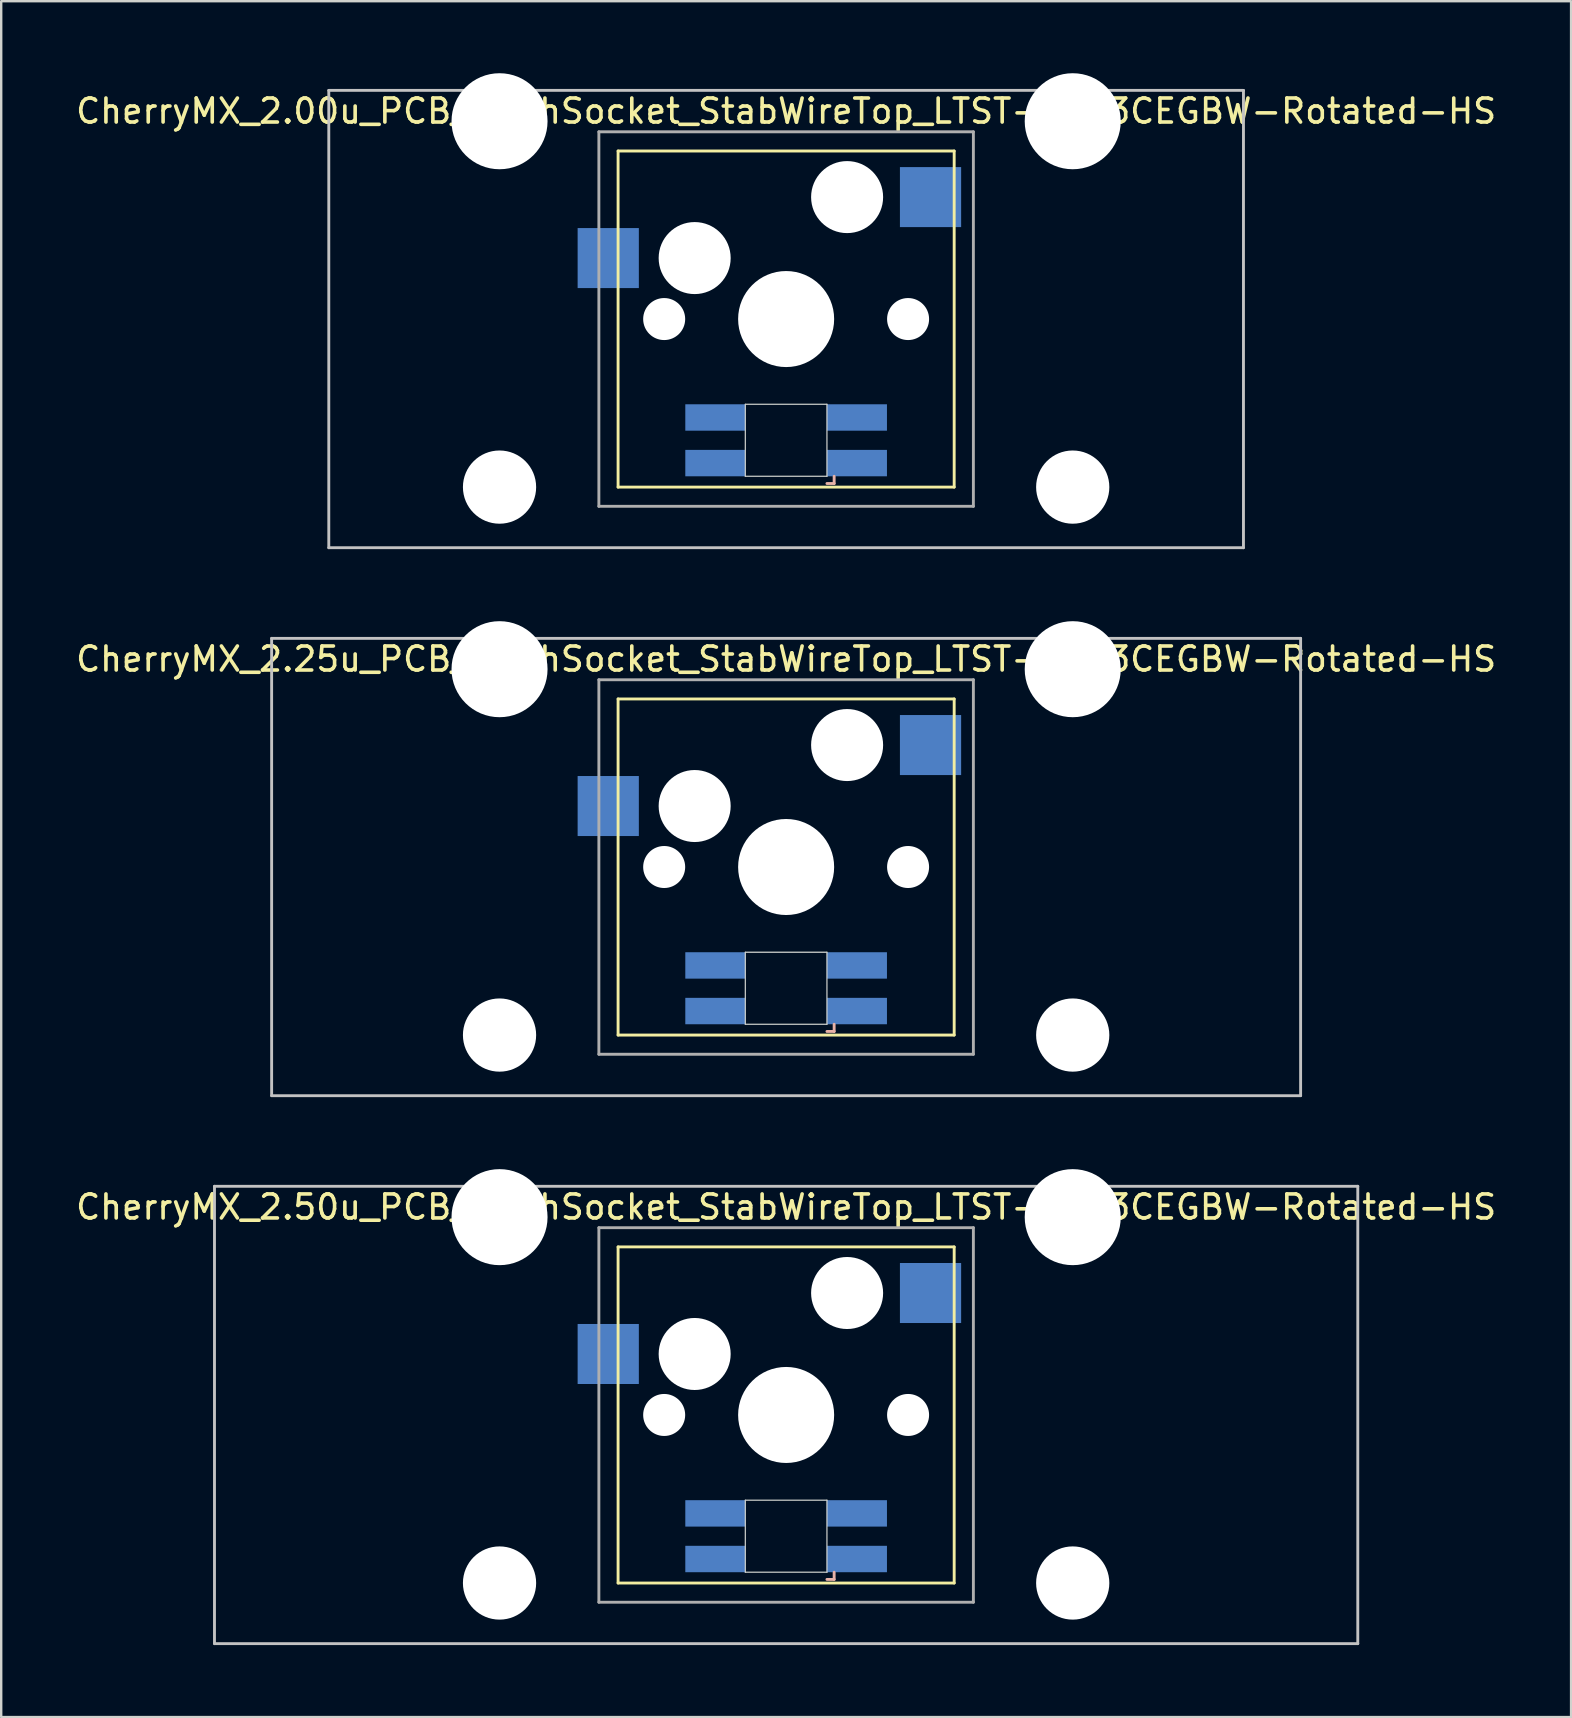
<source format=kicad_pcb>
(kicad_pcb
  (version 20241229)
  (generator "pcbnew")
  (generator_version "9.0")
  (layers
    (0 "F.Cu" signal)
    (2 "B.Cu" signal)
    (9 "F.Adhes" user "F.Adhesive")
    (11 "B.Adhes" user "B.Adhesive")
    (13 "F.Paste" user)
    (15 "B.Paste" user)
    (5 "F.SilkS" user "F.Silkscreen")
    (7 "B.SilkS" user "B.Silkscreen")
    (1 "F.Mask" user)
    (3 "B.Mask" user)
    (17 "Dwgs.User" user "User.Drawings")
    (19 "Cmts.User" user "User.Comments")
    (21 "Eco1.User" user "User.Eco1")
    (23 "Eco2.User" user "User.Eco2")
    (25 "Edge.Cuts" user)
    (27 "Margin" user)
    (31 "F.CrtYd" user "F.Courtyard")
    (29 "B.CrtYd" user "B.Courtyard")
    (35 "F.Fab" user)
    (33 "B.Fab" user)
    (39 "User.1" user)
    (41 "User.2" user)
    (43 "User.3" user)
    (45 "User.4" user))
  (footprint "CherryMX_2.25u_PCB_KailhSocket_StabWireTop_LTST-A683CEGBW-Rotated-HS"
    (layer "F.Cu")
    (at 29.696 33.065)
    (property "Reference" "CherryMX_2.25u_PCB_KailhSocket_StabWireTop_LTST-A683CEGBW-Rotated-HS" (at 0 -8.662 0) (layer "F.SilkS") (effects (font (size 1 1) (thickness 0.15))))
    (attr through_hole)
    (fp_line (start -7 -7) (end -7 7) (stroke (width 0.12) (type solid)) (layer "F.SilkS"))
    (fp_line (start -7 -7) (end 7 -7) (stroke (width 0.12) (type solid)) (layer "F.SilkS"))
    (fp_line (start 7 -7) (end 7 7) (stroke (width 0.12) (type solid)) (layer "F.SilkS"))
    (fp_line (start 7 7) (end -7 7) (stroke (width 0.12) (type solid)) (layer "F.SilkS"))
    (fp_line (start 1.7 6.85) (end 2 6.85) (stroke (width 0.12) (type solid)) (layer "B.SilkS"))
    (fp_line (start 2 6.85) (end 2 6.55) (stroke (width 0.12) (type solid)) (layer "B.SilkS"))
    (fp_line (start -21.431 -9.525) (end 21.431 -9.525) (stroke (width 0.12) (type solid)) (layer "Dwgs.User"))
    (fp_line (start -21.431 9.525) (end -21.431 -9.525) (stroke (width 0.12) (type solid)) (layer "Dwgs.User"))
    (fp_line (start 21.431 -9.525) (end 21.431 9.525) (stroke (width 0.12) (type solid)) (layer "Dwgs.User"))
    (fp_line (start 21.431 9.525) (end -21.431 9.525) (stroke (width 0.12) (type solid)) (layer "Dwgs.User"))
    (fp_line (start -1.7 3.55) (end 1.7 3.55) (stroke (width 0.05) (type solid)) (layer "Edge.Cuts"))
    (fp_line (start -1.7 6.55) (end -1.7 3.55) (stroke (width 0.05) (type solid)) (layer "Edge.Cuts"))
    (fp_line (start 1.7 3.55) (end 1.7 6.55) (stroke (width 0.05) (type solid)) (layer "Edge.Cuts"))
    (fp_line (start 1.7 6.55) (end -1.7 6.55) (stroke (width 0.05) (type solid)) (layer "Edge.Cuts"))
    (fp_line (start -7.8 -7.8) (end -7.8 7.8) (stroke (width 0.12) (type solid)) (layer "F.Fab"))
    (fp_line (start -7.8 -7.8) (end 7.8 -7.8) (stroke (width 0.12) (type solid)) (layer "F.Fab"))
    (fp_line (start -7.8 7.8) (end 7.8 7.8) (stroke (width 0.12) (type solid)) (layer "F.Fab"))
    (fp_line (start 7.8 -7.8) (end 7.8 7.8) (stroke (width 0.12) (type solid)) (layer "F.Fab"))
    (pad "" np_thru_hole circle (at -11.938 -8.24) (size 4 4) (drill 4) (layers "*.Cu" "*.Mask"))
    (pad "" np_thru_hole circle (at -11.938 7) (size 3.05 3.05) (drill 3.05) (layers "*.Cu" "*.Mask"))
    (pad "" np_thru_hole circle (at -5.08 0) (size 1.75 1.75) (drill 1.75) (layers "*.Cu" "*.Mask"))
    (pad "" np_thru_hole circle (at -3.81 -2.54) (size 3 3) (drill 3) (layers "*.Cu" "*.Mask"))
    (pad "" np_thru_hole circle (at 0 0) (size 4 4) (drill 4) (layers "*.Cu" "*.Mask"))
    (pad "" np_thru_hole circle (at 2.54 -5.08) (size 3 3) (drill 3) (layers "*.Cu" "*.Mask"))
    (pad "" np_thru_hole circle (at 5.08 0) (size 1.75 1.75) (drill 1.75) (layers "*.Cu" "*.Mask"))
    (pad "" np_thru_hole circle (at 11.938 -8.24) (size 4 4) (drill 4) (layers "*.Cu" "*.Mask"))
    (pad "" np_thru_hole circle (at 11.938 7) (size 3.05 3.05) (drill 3.05) (layers "*.Cu" "*.Mask"))
    (pad "1" smd rect (at -7.41 -2.54) (size 2.55 2.5) (layers "B.Cu" "B.Mask" "B.Paste"))
    (pad "2" smd rect (at 6.015 -5.08) (size 2.55 2.5) (layers "B.Cu" "B.Mask" "B.Paste"))
    (pad "3" smd rect (at 2.95 6) (size 2.5 1.1) (layers "B.Cu" "B.Mask" "B.Paste"))
    (pad "4" smd rect (at 2.95 4.1) (size 2.5 1.1) (layers "B.Cu" "B.Mask" "B.Paste"))
    (pad "5" smd rect (at -2.95 6) (size 2.5 1.1) (layers "B.Cu" "B.Mask" "B.Paste"))
    (pad "6" smd rect (at -2.95 4.1) (size 2.5 1.1) (layers "B.Cu" "B.Mask" "B.Paste")))
  (footprint "CherryMX_2.00u_PCB_KailhSocket_StabWireTop_LTST-A683CEGBW-Rotated-HS"
    (layer "F.Cu")
    (at 29.696 10.24)
    (property "Reference" "CherryMX_2.00u_PCB_KailhSocket_StabWireTop_LTST-A683CEGBW-Rotated-HS" (at 0 -8.662 0) (layer "F.SilkS") (effects (font (size 1 1) (thickness 0.15))))
    (attr through_hole)
    (fp_line (start -7 -7) (end -7 7) (stroke (width 0.12) (type solid)) (layer "F.SilkS"))
    (fp_line (start -7 -7) (end 7 -7) (stroke (width 0.12) (type solid)) (layer "F.SilkS"))
    (fp_line (start 7 -7) (end 7 7) (stroke (width 0.12) (type solid)) (layer "F.SilkS"))
    (fp_line (start 7 7) (end -7 7) (stroke (width 0.12) (type solid)) (layer "F.SilkS"))
    (fp_line (start 1.7 6.85) (end 2 6.85) (stroke (width 0.12) (type solid)) (layer "B.SilkS"))
    (fp_line (start 2 6.85) (end 2 6.55) (stroke (width 0.12) (type solid)) (layer "B.SilkS"))
    (fp_line (start -19.05 -9.525) (end 19.05 -9.525) (stroke (width 0.12) (type solid)) (layer "Dwgs.User"))
    (fp_line (start -19.05 9.525) (end -19.05 -9.525) (stroke (width 0.12) (type solid)) (layer "Dwgs.User"))
    (fp_line (start 19.05 -9.525) (end 19.05 9.525) (stroke (width 0.12) (type solid)) (layer "Dwgs.User"))
    (fp_line (start 19.05 9.525) (end -19.05 9.525) (stroke (width 0.12) (type solid)) (layer "Dwgs.User"))
    (fp_line (start -1.7 3.55) (end 1.7 3.55) (stroke (width 0.05) (type solid)) (layer "Edge.Cuts"))
    (fp_line (start -1.7 6.55) (end -1.7 3.55) (stroke (width 0.05) (type solid)) (layer "Edge.Cuts"))
    (fp_line (start 1.7 3.55) (end 1.7 6.55) (stroke (width 0.05) (type solid)) (layer "Edge.Cuts"))
    (fp_line (start 1.7 6.55) (end -1.7 6.55) (stroke (width 0.05) (type solid)) (layer "Edge.Cuts"))
    (fp_line (start -7.8 -7.8) (end -7.8 7.8) (stroke (width 0.12) (type solid)) (layer "F.Fab"))
    (fp_line (start -7.8 -7.8) (end 7.8 -7.8) (stroke (width 0.12) (type solid)) (layer "F.Fab"))
    (fp_line (start -7.8 7.8) (end 7.8 7.8) (stroke (width 0.12) (type solid)) (layer "F.Fab"))
    (fp_line (start 7.8 -7.8) (end 7.8 7.8) (stroke (width 0.12) (type solid)) (layer "F.Fab"))
    (pad "" np_thru_hole circle (at -11.938 -8.24) (size 4 4) (drill 4) (layers "*.Cu" "*.Mask"))
    (pad "" np_thru_hole circle (at -11.938 7) (size 3.05 3.05) (drill 3.05) (layers "*.Cu" "*.Mask"))
    (pad "" np_thru_hole circle (at -5.08 0) (size 1.75 1.75) (drill 1.75) (layers "*.Cu" "*.Mask"))
    (pad "" np_thru_hole circle (at -3.81 -2.54) (size 3 3) (drill 3) (layers "*.Cu" "*.Mask"))
    (pad "" np_thru_hole circle (at 0 0) (size 4 4) (drill 4) (layers "*.Cu" "*.Mask"))
    (pad "" np_thru_hole circle (at 2.54 -5.08) (size 3 3) (drill 3) (layers "*.Cu" "*.Mask"))
    (pad "" np_thru_hole circle (at 5.08 0) (size 1.75 1.75) (drill 1.75) (layers "*.Cu" "*.Mask"))
    (pad "" np_thru_hole circle (at 11.938 -8.24) (size 4 4) (drill 4) (layers "*.Cu" "*.Mask"))
    (pad "" np_thru_hole circle (at 11.938 7) (size 3.05 3.05) (drill 3.05) (layers "*.Cu" "*.Mask"))
    (pad "1" smd rect (at -7.41 -2.54) (size 2.55 2.5) (layers "B.Cu" "B.Mask" "B.Paste"))
    (pad "2" smd rect (at 6.015 -5.08) (size 2.55 2.5) (layers "B.Cu" "B.Mask" "B.Paste"))
    (pad "3" smd rect (at 2.95 6) (size 2.5 1.1) (layers "B.Cu" "B.Mask" "B.Paste"))
    (pad "4" smd rect (at 2.95 4.1) (size 2.5 1.1) (layers "B.Cu" "B.Mask" "B.Paste"))
    (pad "5" smd rect (at -2.95 6) (size 2.5 1.1) (layers "B.Cu" "B.Mask" "B.Paste"))
    (pad "6" smd rect (at -2.95 4.1) (size 2.5 1.1) (layers "B.Cu" "B.Mask" "B.Paste")))
  (footprint "CherryMX_2.50u_PCB_KailhSocket_StabWireTop_LTST-A683CEGBW-Rotated-HS"
    (layer "F.Cu")
    (at 29.696 55.89)
    (property "Reference" "CherryMX_2.50u_PCB_KailhSocket_StabWireTop_LTST-A683CEGBW-Rotated-HS" (at 0 -8.662 0) (layer "F.SilkS") (effects (font (size 1 1) (thickness 0.15))))
    (attr through_hole)
    (fp_line (start -7 -7) (end -7 7) (stroke (width 0.12) (type solid)) (layer "F.SilkS"))
    (fp_line (start -7 -7) (end 7 -7) (stroke (width 0.12) (type solid)) (layer "F.SilkS"))
    (fp_line (start 7 -7) (end 7 7) (stroke (width 0.12) (type solid)) (layer "F.SilkS"))
    (fp_line (start 7 7) (end -7 7) (stroke (width 0.12) (type solid)) (layer "F.SilkS"))
    (fp_line (start 1.7 6.85) (end 2 6.85) (stroke (width 0.12) (type solid)) (layer "B.SilkS"))
    (fp_line (start 2 6.85) (end 2 6.55) (stroke (width 0.12) (type solid)) (layer "B.SilkS"))
    (fp_line (start -23.812 -9.525) (end 23.812 -9.525) (stroke (width 0.12) (type solid)) (layer "Dwgs.User"))
    (fp_line (start -23.812 9.525) (end -23.812 -9.525) (stroke (width 0.12) (type solid)) (layer "Dwgs.User"))
    (fp_line (start 23.812 -9.525) (end 23.812 9.525) (stroke (width 0.12) (type solid)) (layer "Dwgs.User"))
    (fp_line (start 23.812 9.525) (end -23.812 9.525) (stroke (width 0.12) (type solid)) (layer "Dwgs.User"))
    (fp_line (start -1.7 3.55) (end 1.7 3.55) (stroke (width 0.05) (type solid)) (layer "Edge.Cuts"))
    (fp_line (start -1.7 6.55) (end -1.7 3.55) (stroke (width 0.05) (type solid)) (layer "Edge.Cuts"))
    (fp_line (start 1.7 3.55) (end 1.7 6.55) (stroke (width 0.05) (type solid)) (layer "Edge.Cuts"))
    (fp_line (start 1.7 6.55) (end -1.7 6.55) (stroke (width 0.05) (type solid)) (layer "Edge.Cuts"))
    (fp_line (start -7.8 -7.8) (end -7.8 7.8) (stroke (width 0.12) (type solid)) (layer "F.Fab"))
    (fp_line (start -7.8 -7.8) (end 7.8 -7.8) (stroke (width 0.12) (type solid)) (layer "F.Fab"))
    (fp_line (start -7.8 7.8) (end 7.8 7.8) (stroke (width 0.12) (type solid)) (layer "F.Fab"))
    (fp_line (start 7.8 -7.8) (end 7.8 7.8) (stroke (width 0.12) (type solid)) (layer "F.Fab"))
    (pad "" np_thru_hole circle (at -11.938 -8.24) (size 4 4) (drill 4) (layers "*.Cu" "*.Mask"))
    (pad "" np_thru_hole circle (at -11.938 7) (size 3.05 3.05) (drill 3.05) (layers "*.Cu" "*.Mask"))
    (pad "" np_thru_hole circle (at -5.08 0) (size 1.75 1.75) (drill 1.75) (layers "*.Cu" "*.Mask"))
    (pad "" np_thru_hole circle (at -3.81 -2.54) (size 3 3) (drill 3) (layers "*.Cu" "*.Mask"))
    (pad "" np_thru_hole circle (at 0 0) (size 4 4) (drill 4) (layers "*.Cu" "*.Mask"))
    (pad "" np_thru_hole circle (at 2.54 -5.08) (size 3 3) (drill 3) (layers "*.Cu" "*.Mask"))
    (pad "" np_thru_hole circle (at 5.08 0) (size 1.75 1.75) (drill 1.75) (layers "*.Cu" "*.Mask"))
    (pad "" np_thru_hole circle (at 11.938 -8.24) (size 4 4) (drill 4) (layers "*.Cu" "*.Mask"))
    (pad "" np_thru_hole circle (at 11.938 7) (size 3.05 3.05) (drill 3.05) (layers "*.Cu" "*.Mask"))
    (pad "1" smd rect (at -7.41 -2.54) (size 2.55 2.5) (layers "B.Cu" "B.Mask" "B.Paste"))
    (pad "2" smd rect (at 6.015 -5.08) (size 2.55 2.5) (layers "B.Cu" "B.Mask" "B.Paste"))
    (pad "3" smd rect (at 2.95 6) (size 2.5 1.1) (layers "B.Cu" "B.Mask" "B.Paste"))
    (pad "4" smd rect (at 2.95 4.1) (size 2.5 1.1) (layers "B.Cu" "B.Mask" "B.Paste"))
    (pad "5" smd rect (at -2.95 6) (size 2.5 1.1) (layers "B.Cu" "B.Mask" "B.Paste"))
    (pad "6" smd rect (at -2.95 4.1) (size 2.5 1.1) (layers "B.Cu" "B.Mask" "B.Paste")))
  (gr_rect
    (start -3 -3)
    (end 62.393 68.475)
    (stroke (width 0.1) (type default))
    (fill no)
    (layer "Edge.Cuts")))
</source>
